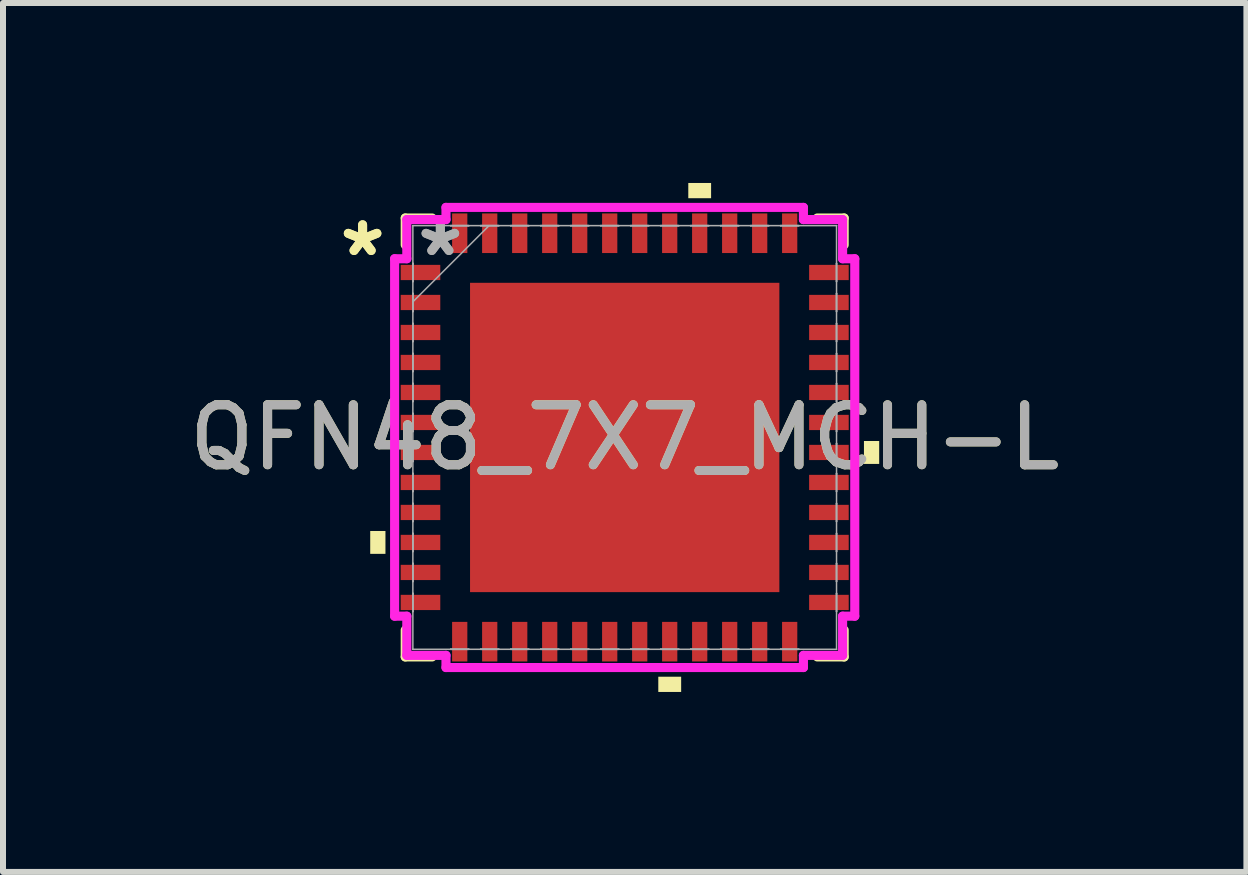
<source format=kicad_pcb>
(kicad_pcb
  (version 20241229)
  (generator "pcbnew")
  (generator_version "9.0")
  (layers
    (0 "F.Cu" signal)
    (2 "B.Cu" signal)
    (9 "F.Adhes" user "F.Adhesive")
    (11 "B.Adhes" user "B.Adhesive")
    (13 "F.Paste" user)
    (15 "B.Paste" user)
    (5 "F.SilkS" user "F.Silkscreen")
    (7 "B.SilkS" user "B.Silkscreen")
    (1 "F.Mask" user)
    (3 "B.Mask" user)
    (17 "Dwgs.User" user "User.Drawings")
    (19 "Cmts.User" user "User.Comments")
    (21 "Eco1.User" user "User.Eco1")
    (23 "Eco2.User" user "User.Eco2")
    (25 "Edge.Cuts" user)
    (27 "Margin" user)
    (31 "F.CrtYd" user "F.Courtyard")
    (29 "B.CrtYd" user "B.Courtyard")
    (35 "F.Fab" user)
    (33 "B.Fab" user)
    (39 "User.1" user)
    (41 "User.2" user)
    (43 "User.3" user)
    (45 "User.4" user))
  (footprint "QFN48_7X7_MCH-L"
    (layer "F.Cu")
    (at 7.363 4.242)
    (property "Reference" "QFN48_7X7_MCH-L" (at 0 0 0) (unlocked yes) (layer "F.SilkS") (effects (font (size 1 1) (thickness 0.15))))
    (attr smd)
    (fp_line (start -3.658 -3.658) (end -3.658 -3.21) (stroke (width 0.152) (type solid)) (layer "F.SilkS"))
    (fp_line (start -3.658 3.21) (end -3.658 3.658) (stroke (width 0.152) (type solid)) (layer "F.SilkS"))
    (fp_line (start -3.658 3.658) (end -3.21 3.658) (stroke (width 0.152) (type solid)) (layer "F.SilkS"))
    (fp_line (start -3.21 -3.658) (end -3.658 -3.658) (stroke (width 0.152) (type solid)) (layer "F.SilkS"))
    (fp_line (start 3.21 3.658) (end 3.658 3.658) (stroke (width 0.152) (type solid)) (layer "F.SilkS"))
    (fp_line (start 3.658 -3.658) (end 3.21 -3.658) (stroke (width 0.152) (type solid)) (layer "F.SilkS"))
    (fp_line (start 3.658 -3.21) (end 3.658 -3.658) (stroke (width 0.152) (type solid)) (layer "F.SilkS"))
    (fp_line (start 3.658 3.658) (end 3.658 3.21) (stroke (width 0.152) (type solid)) (layer "F.SilkS"))
    (fp_poly (pts (xy -4.242 1.559) (xy -4.242 1.94) (xy -3.988 1.94) (xy -3.988 1.559)) (stroke (width 0) (type solid)) (fill yes) (layer "F.SilkS"))
    (fp_poly (pts (xy 0.56 3.988) (xy 0.56 4.242) (xy 0.941 4.242) (xy 0.941 3.988)) (stroke (width 0) (type solid)) (fill yes) (layer "F.SilkS"))
    (fp_poly (pts (xy 1.06 -3.988) (xy 1.06 -4.242) (xy 1.44 -4.242) (xy 1.44 -3.988)) (stroke (width 0) (type solid)) (fill yes) (layer "F.SilkS"))
    (fp_poly (pts (xy 4.242 0.059) (xy 4.242 0.441) (xy 3.988 0.441) (xy 3.988 0.059)) (stroke (width 0) (type solid)) (fill yes) (layer "F.SilkS"))
    (fp_poly (pts (xy -2.478 -2.478) (xy -2.478 -1.389) (xy -1.389 -1.389) (xy -1.389 -2.478)) (stroke (width 0) (type solid)) (fill yes) (layer "F.Paste"))
    (fp_poly (pts (xy -2.478 -1.189) (xy -2.478 -0.1) (xy -1.389 -0.1) (xy -1.389 -1.189)) (stroke (width 0) (type solid)) (fill yes) (layer "F.Paste"))
    (fp_poly (pts (xy -2.478 0.1) (xy -2.478 1.189) (xy -1.389 1.189) (xy -1.389 0.1)) (stroke (width 0) (type solid)) (fill yes) (layer "F.Paste"))
    (fp_poly (pts (xy -2.478 1.389) (xy -2.478 2.478) (xy -1.389 2.478) (xy -1.389 1.389)) (stroke (width 0) (type solid)) (fill yes) (layer "F.Paste"))
    (fp_poly (pts (xy -1.189 -2.478) (xy -1.189 -1.389) (xy -0.1 -1.389) (xy -0.1 -2.478)) (stroke (width 0) (type solid)) (fill yes) (layer "F.Paste"))
    (fp_poly (pts (xy -1.189 -1.189) (xy -1.189 -0.1) (xy -0.1 -0.1) (xy -0.1 -1.189)) (stroke (width 0) (type solid)) (fill yes) (layer "F.Paste"))
    (fp_poly (pts (xy -1.189 0.1) (xy -1.189 1.189) (xy -0.1 1.189) (xy -0.1 0.1)) (stroke (width 0) (type solid)) (fill yes) (layer "F.Paste"))
    (fp_poly (pts (xy -1.189 1.389) (xy -1.189 2.478) (xy -0.1 2.478) (xy -0.1 1.389)) (stroke (width 0) (type solid)) (fill yes) (layer "F.Paste"))
    (fp_poly (pts (xy 0.1 -2.478) (xy 0.1 -1.389) (xy 1.189 -1.389) (xy 1.189 -2.478)) (stroke (width 0) (type solid)) (fill yes) (layer "F.Paste"))
    (fp_poly (pts (xy 0.1 -1.189) (xy 0.1 -0.1) (xy 1.189 -0.1) (xy 1.189 -1.189)) (stroke (width 0) (type solid)) (fill yes) (layer "F.Paste"))
    (fp_poly (pts (xy 0.1 0.1) (xy 0.1 1.189) (xy 1.189 1.189) (xy 1.189 0.1)) (stroke (width 0) (type solid)) (fill yes) (layer "F.Paste"))
    (fp_poly (pts (xy 0.1 1.389) (xy 0.1 2.478) (xy 1.189 2.478) (xy 1.189 1.389)) (stroke (width 0) (type solid)) (fill yes) (layer "F.Paste"))
    (fp_poly (pts (xy 1.389 -2.478) (xy 1.389 -1.389) (xy 2.478 -1.389) (xy 2.478 -2.478)) (stroke (width 0) (type solid)) (fill yes) (layer "F.Paste"))
    (fp_poly (pts (xy 1.389 -1.189) (xy 1.389 -0.1) (xy 2.478 -0.1) (xy 2.478 -1.189)) (stroke (width 0) (type solid)) (fill yes) (layer "F.Paste"))
    (fp_poly (pts (xy 1.389 0.1) (xy 1.389 1.189) (xy 2.478 1.189) (xy 2.478 0.1)) (stroke (width 0) (type solid)) (fill yes) (layer "F.Paste"))
    (fp_poly (pts (xy 1.389 1.389) (xy 1.389 2.478) (xy 2.478 2.478) (xy 2.478 1.389)) (stroke (width 0) (type solid)) (fill yes) (layer "F.Paste"))
    (fp_line (start -3.835 -2.979) (end -3.632 -2.979) (stroke (width 0.152) (type solid)) (layer "F.CrtYd"))
    (fp_line (start -3.835 2.979) (end -3.835 -2.979) (stroke (width 0.152) (type solid)) (layer "F.CrtYd"))
    (fp_line (start -3.632 -3.632) (end -2.979 -3.632) (stroke (width 0.152) (type solid)) (layer "F.CrtYd"))
    (fp_line (start -3.632 -2.979) (end -3.632 -3.632) (stroke (width 0.152) (type solid)) (layer "F.CrtYd"))
    (fp_line (start -3.632 2.979) (end -3.835 2.979) (stroke (width 0.152) (type solid)) (layer "F.CrtYd"))
    (fp_line (start -3.632 3.632) (end -3.632 2.979) (stroke (width 0.152) (type solid)) (layer "F.CrtYd"))
    (fp_line (start -2.979 -3.835) (end 2.979 -3.835) (stroke (width 0.152) (type solid)) (layer "F.CrtYd"))
    (fp_line (start -2.979 -3.632) (end -2.979 -3.835) (stroke (width 0.152) (type solid)) (layer "F.CrtYd"))
    (fp_line (start -2.979 3.632) (end -3.632 3.632) (stroke (width 0.152) (type solid)) (layer "F.CrtYd"))
    (fp_line (start -2.979 3.835) (end -2.979 3.632) (stroke (width 0.152) (type solid)) (layer "F.CrtYd"))
    (fp_line (start 2.979 -3.835) (end 2.979 -3.632) (stroke (width 0.152) (type solid)) (layer "F.CrtYd"))
    (fp_line (start 2.979 -3.632) (end 3.632 -3.632) (stroke (width 0.152) (type solid)) (layer "F.CrtYd"))
    (fp_line (start 2.979 3.632) (end 2.979 3.835) (stroke (width 0.152) (type solid)) (layer "F.CrtYd"))
    (fp_line (start 2.979 3.835) (end -2.979 3.835) (stroke (width 0.152) (type solid)) (layer "F.CrtYd"))
    (fp_line (start 3.632 -3.632) (end 3.632 -2.979) (stroke (width 0.152) (type solid)) (layer "F.CrtYd"))
    (fp_line (start 3.632 -2.979) (end 3.835 -2.979) (stroke (width 0.152) (type solid)) (layer "F.CrtYd"))
    (fp_line (start 3.632 2.979) (end 3.632 3.632) (stroke (width 0.152) (type solid)) (layer "F.CrtYd"))
    (fp_line (start 3.632 3.632) (end 2.979 3.632) (stroke (width 0.152) (type solid)) (layer "F.CrtYd"))
    (fp_line (start 3.835 -2.979) (end 3.835 2.979) (stroke (width 0.152) (type solid)) (layer "F.CrtYd"))
    (fp_line (start 3.835 2.979) (end 3.632 2.979) (stroke (width 0.152) (type solid)) (layer "F.CrtYd"))
    (fp_line (start -3.531 -3.531) (end -3.531 -3.531) (stroke (width 0.025) (type solid)) (layer "F.Fab"))
    (fp_line (start -3.531 -3.531) (end -3.531 3.531) (stroke (width 0.025) (type solid)) (layer "F.Fab"))
    (fp_line (start -3.531 -2.902) (end -3.531 -2.902) (stroke (width 0.025) (type solid)) (layer "F.Fab"))
    (fp_line (start -3.531 -2.902) (end -3.531 -2.598) (stroke (width 0.025) (type solid)) (layer "F.Fab"))
    (fp_line (start -3.531 -2.598) (end -3.531 -2.902) (stroke (width 0.025) (type solid)) (layer "F.Fab"))
    (fp_line (start -3.531 -2.598) (end -3.531 -2.598) (stroke (width 0.025) (type solid)) (layer "F.Fab"))
    (fp_line (start -3.531 -2.402) (end -3.531 -2.402) (stroke (width 0.025) (type solid)) (layer "F.Fab"))
    (fp_line (start -3.531 -2.402) (end -3.531 -2.098) (stroke (width 0.025) (type solid)) (layer "F.Fab"))
    (fp_line (start -3.531 -2.261) (end -2.261 -3.531) (stroke (width 0.025) (type solid)) (layer "F.Fab"))
    (fp_line (start -3.531 -2.098) (end -3.531 -2.402) (stroke (width 0.025) (type solid)) (layer "F.Fab"))
    (fp_line (start -3.531 -2.098) (end -3.531 -2.098) (stroke (width 0.025) (type solid)) (layer "F.Fab"))
    (fp_line (start -3.531 -1.902) (end -3.531 -1.902) (stroke (width 0.025) (type solid)) (layer "F.Fab"))
    (fp_line (start -3.531 -1.902) (end -3.531 -1.598) (stroke (width 0.025) (type solid)) (layer "F.Fab"))
    (fp_line (start -3.531 -1.598) (end -3.531 -1.902) (stroke (width 0.025) (type solid)) (layer "F.Fab"))
    (fp_line (start -3.531 -1.598) (end -3.531 -1.598) (stroke (width 0.025) (type solid)) (layer "F.Fab"))
    (fp_line (start -3.531 -1.402) (end -3.531 -1.402) (stroke (width 0.025) (type solid)) (layer "F.Fab"))
    (fp_line (start -3.531 -1.402) (end -3.531 -1.098) (stroke (width 0.025) (type solid)) (layer "F.Fab"))
    (fp_line (start -3.531 -1.098) (end -3.531 -1.402) (stroke (width 0.025) (type solid)) (layer "F.Fab"))
    (fp_line (start -3.531 -1.098) (end -3.531 -1.098) (stroke (width 0.025) (type solid)) (layer "F.Fab"))
    (fp_line (start -3.531 -0.902) (end -3.531 -0.902) (stroke (width 0.025) (type solid)) (layer "F.Fab"))
    (fp_line (start -3.531 -0.902) (end -3.531 -0.598) (stroke (width 0.025) (type solid)) (layer "F.Fab"))
    (fp_line (start -3.531 -0.598) (end -3.531 -0.902) (stroke (width 0.025) (type solid)) (layer "F.Fab"))
    (fp_line (start -3.531 -0.598) (end -3.531 -0.598) (stroke (width 0.025) (type solid)) (layer "F.Fab"))
    (fp_line (start -3.531 -0.402) (end -3.531 -0.402) (stroke (width 0.025) (type solid)) (layer "F.Fab"))
    (fp_line (start -3.531 -0.402) (end -3.531 -0.098) (stroke (width 0.025) (type solid)) (layer "F.Fab"))
    (fp_line (start -3.531 -0.098) (end -3.531 -0.402) (stroke (width 0.025) (type solid)) (layer "F.Fab"))
    (fp_line (start -3.531 -0.098) (end -3.531 -0.098) (stroke (width 0.025) (type solid)) (layer "F.Fab"))
    (fp_line (start -3.531 0.098) (end -3.531 0.098) (stroke (width 0.025) (type solid)) (layer "F.Fab"))
    (fp_line (start -3.531 0.098) (end -3.531 0.402) (stroke (width 0.025) (type solid)) (layer "F.Fab"))
    (fp_line (start -3.531 0.402) (end -3.531 0.098) (stroke (width 0.025) (type solid)) (layer "F.Fab"))
    (fp_line (start -3.531 0.402) (end -3.531 0.402) (stroke (width 0.025) (type solid)) (layer "F.Fab"))
    (fp_line (start -3.531 0.598) (end -3.531 0.598) (stroke (width 0.025) (type solid)) (layer "F.Fab"))
    (fp_line (start -3.531 0.598) (end -3.531 0.902) (stroke (width 0.025) (type solid)) (layer "F.Fab"))
    (fp_line (start -3.531 0.902) (end -3.531 0.598) (stroke (width 0.025) (type solid)) (layer "F.Fab"))
    (fp_line (start -3.531 0.902) (end -3.531 0.902) (stroke (width 0.025) (type solid)) (layer "F.Fab"))
    (fp_line (start -3.531 1.098) (end -3.531 1.098) (stroke (width 0.025) (type solid)) (layer "F.Fab"))
    (fp_line (start -3.531 1.098) (end -3.531 1.402) (stroke (width 0.025) (type solid)) (layer "F.Fab"))
    (fp_line (start -3.531 1.402) (end -3.531 1.098) (stroke (width 0.025) (type solid)) (layer "F.Fab"))
    (fp_line (start -3.531 1.402) (end -3.531 1.402) (stroke (width 0.025) (type solid)) (layer "F.Fab"))
    (fp_line (start -3.531 1.598) (end -3.531 1.598) (stroke (width 0.025) (type solid)) (layer "F.Fab"))
    (fp_line (start -3.531 1.598) (end -3.531 1.902) (stroke (width 0.025) (type solid)) (layer "F.Fab"))
    (fp_line (start -3.531 1.902) (end -3.531 1.598) (stroke (width 0.025) (type solid)) (layer "F.Fab"))
    (fp_line (start -3.531 1.902) (end -3.531 1.902) (stroke (width 0.025) (type solid)) (layer "F.Fab"))
    (fp_line (start -3.531 2.098) (end -3.531 2.098) (stroke (width 0.025) (type solid)) (layer "F.Fab"))
    (fp_line (start -3.531 2.098) (end -3.531 2.402) (stroke (width 0.025) (type solid)) (layer "F.Fab"))
    (fp_line (start -3.531 2.402) (end -3.531 2.098) (stroke (width 0.025) (type solid)) (layer "F.Fab"))
    (fp_line (start -3.531 2.402) (end -3.531 2.402) (stroke (width 0.025) (type solid)) (layer "F.Fab"))
    (fp_line (start -3.531 2.598) (end -3.531 2.598) (stroke (width 0.025) (type solid)) (layer "F.Fab"))
    (fp_line (start -3.531 2.598) (end -3.531 2.902) (stroke (width 0.025) (type solid)) (layer "F.Fab"))
    (fp_line (start -3.531 2.902) (end -3.531 2.598) (stroke (width 0.025) (type solid)) (layer "F.Fab"))
    (fp_line (start -3.531 2.902) (end -3.531 2.902) (stroke (width 0.025) (type solid)) (layer "F.Fab"))
    (fp_line (start -3.531 3.531) (end -3.531 3.531) (stroke (width 0.025) (type solid)) (layer "F.Fab"))
    (fp_line (start -3.531 3.531) (end 3.531 3.531) (stroke (width 0.025) (type solid)) (layer "F.Fab"))
    (fp_line (start -2.902 -3.531) (end -2.902 -3.531) (stroke (width 0.025) (type solid)) (layer "F.Fab"))
    (fp_line (start -2.902 -3.531) (end -2.598 -3.531) (stroke (width 0.025) (type solid)) (layer "F.Fab"))
    (fp_line (start -2.902 3.531) (end -2.902 3.531) (stroke (width 0.025) (type solid)) (layer "F.Fab"))
    (fp_line (start -2.902 3.531) (end -2.598 3.531) (stroke (width 0.025) (type solid)) (layer "F.Fab"))
    (fp_line (start -2.598 -3.531) (end -2.902 -3.531) (stroke (width 0.025) (type solid)) (layer "F.Fab"))
    (fp_line (start -2.598 -3.531) (end -2.598 -3.531) (stroke (width 0.025) (type solid)) (layer "F.Fab"))
    (fp_line (start -2.598 3.531) (end -2.902 3.531) (stroke (width 0.025) (type solid)) (layer "F.Fab"))
    (fp_line (start -2.598 3.531) (end -2.598 3.531) (stroke (width 0.025) (type solid)) (layer "F.Fab"))
    (fp_line (start -2.402 -3.531) (end -2.402 -3.531) (stroke (width 0.025) (type solid)) (layer "F.Fab"))
    (fp_line (start -2.402 -3.531) (end -2.098 -3.531) (stroke (width 0.025) (type solid)) (layer "F.Fab"))
    (fp_line (start -2.402 3.531) (end -2.402 3.531) (stroke (width 0.025) (type solid)) (layer "F.Fab"))
    (fp_line (start -2.402 3.531) (end -2.098 3.531) (stroke (width 0.025) (type solid)) (layer "F.Fab"))
    (fp_line (start -2.098 -3.531) (end -2.402 -3.531) (stroke (width 0.025) (type solid)) (layer "F.Fab"))
    (fp_line (start -2.098 -3.531) (end -2.098 -3.531) (stroke (width 0.025) (type solid)) (layer "F.Fab"))
    (fp_line (start -2.098 3.531) (end -2.402 3.531) (stroke (width 0.025) (type solid)) (layer "F.Fab"))
    (fp_line (start -2.098 3.531) (end -2.098 3.531) (stroke (width 0.025) (type solid)) (layer "F.Fab"))
    (fp_line (start -1.902 -3.531) (end -1.902 -3.531) (stroke (width 0.025) (type solid)) (layer "F.Fab"))
    (fp_line (start -1.902 -3.531) (end -1.598 -3.531) (stroke (width 0.025) (type solid)) (layer "F.Fab"))
    (fp_line (start -1.902 3.531) (end -1.902 3.531) (stroke (width 0.025) (type solid)) (layer "F.Fab"))
    (fp_line (start -1.902 3.531) (end -1.598 3.531) (stroke (width 0.025) (type solid)) (layer "F.Fab"))
    (fp_line (start -1.598 -3.531) (end -1.902 -3.531) (stroke (width 0.025) (type solid)) (layer "F.Fab"))
    (fp_line (start -1.598 -3.531) (end -1.598 -3.531) (stroke (width 0.025) (type solid)) (layer "F.Fab"))
    (fp_line (start -1.598 3.531) (end -1.902 3.531) (stroke (width 0.025) (type solid)) (layer "F.Fab"))
    (fp_line (start -1.598 3.531) (end -1.598 3.531) (stroke (width 0.025) (type solid)) (layer "F.Fab"))
    (fp_line (start -1.402 -3.531) (end -1.402 -3.531) (stroke (width 0.025) (type solid)) (layer "F.Fab"))
    (fp_line (start -1.402 -3.531) (end -1.098 -3.531) (stroke (width 0.025) (type solid)) (layer "F.Fab"))
    (fp_line (start -1.402 3.531) (end -1.402 3.531) (stroke (width 0.025) (type solid)) (layer "F.Fab"))
    (fp_line (start -1.402 3.531) (end -1.098 3.531) (stroke (width 0.025) (type solid)) (layer "F.Fab"))
    (fp_line (start -1.098 -3.531) (end -1.402 -3.531) (stroke (width 0.025) (type solid)) (layer "F.Fab"))
    (fp_line (start -1.098 -3.531) (end -1.098 -3.531) (stroke (width 0.025) (type solid)) (layer "F.Fab"))
    (fp_line (start -1.098 3.531) (end -1.402 3.531) (stroke (width 0.025) (type solid)) (layer "F.Fab"))
    (fp_line (start -1.098 3.531) (end -1.098 3.531) (stroke (width 0.025) (type solid)) (layer "F.Fab"))
    (fp_line (start -0.902 -3.531) (end -0.902 -3.531) (stroke (width 0.025) (type solid)) (layer "F.Fab"))
    (fp_line (start -0.902 -3.531) (end -0.598 -3.531) (stroke (width 0.025) (type solid)) (layer "F.Fab"))
    (fp_line (start -0.902 3.531) (end -0.902 3.531) (stroke (width 0.025) (type solid)) (layer "F.Fab"))
    (fp_line (start -0.902 3.531) (end -0.598 3.531) (stroke (width 0.025) (type solid)) (layer "F.Fab"))
    (fp_line (start -0.598 -3.531) (end -0.902 -3.531) (stroke (width 0.025) (type solid)) (layer "F.Fab"))
    (fp_line (start -0.598 -3.531) (end -0.598 -3.531) (stroke (width 0.025) (type solid)) (layer "F.Fab"))
    (fp_line (start -0.598 3.531) (end -0.902 3.531) (stroke (width 0.025) (type solid)) (layer "F.Fab"))
    (fp_line (start -0.598 3.531) (end -0.598 3.531) (stroke (width 0.025) (type solid)) (layer "F.Fab"))
    (fp_line (start -0.402 -3.531) (end -0.402 -3.531) (stroke (width 0.025) (type solid)) (layer "F.Fab"))
    (fp_line (start -0.402 -3.531) (end -0.098 -3.531) (stroke (width 0.025) (type solid)) (layer "F.Fab"))
    (fp_line (start -0.402 3.531) (end -0.402 3.531) (stroke (width 0.025) (type solid)) (layer "F.Fab"))
    (fp_line (start -0.402 3.531) (end -0.098 3.531) (stroke (width 0.025) (type solid)) (layer "F.Fab"))
    (fp_line (start -0.098 -3.531) (end -0.402 -3.531) (stroke (width 0.025) (type solid)) (layer "F.Fab"))
    (fp_line (start -0.098 -3.531) (end -0.098 -3.531) (stroke (width 0.025) (type solid)) (layer "F.Fab"))
    (fp_line (start -0.098 3.531) (end -0.402 3.531) (stroke (width 0.025) (type solid)) (layer "F.Fab"))
    (fp_line (start -0.098 3.531) (end -0.098 3.531) (stroke (width 0.025) (type solid)) (layer "F.Fab"))
    (fp_line (start 0.098 -3.531) (end 0.098 -3.531) (stroke (width 0.025) (type solid)) (layer "F.Fab"))
    (fp_line (start 0.098 -3.531) (end 0.402 -3.531) (stroke (width 0.025) (type solid)) (layer "F.Fab"))
    (fp_line (start 0.098 3.531) (end 0.098 3.531) (stroke (width 0.025) (type solid)) (layer "F.Fab"))
    (fp_line (start 0.098 3.531) (end 0.402 3.531) (stroke (width 0.025) (type solid)) (layer "F.Fab"))
    (fp_line (start 0.402 -3.531) (end 0.098 -3.531) (stroke (width 0.025) (type solid)) (layer "F.Fab"))
    (fp_line (start 0.402 -3.531) (end 0.402 -3.531) (stroke (width 0.025) (type solid)) (layer "F.Fab"))
    (fp_line (start 0.402 3.531) (end 0.098 3.531) (stroke (width 0.025) (type solid)) (layer "F.Fab"))
    (fp_line (start 0.402 3.531) (end 0.402 3.531) (stroke (width 0.025) (type solid)) (layer "F.Fab"))
    (fp_line (start 0.598 -3.531) (end 0.598 -3.531) (stroke (width 0.025) (type solid)) (layer "F.Fab"))
    (fp_line (start 0.598 -3.531) (end 0.902 -3.531) (stroke (width 0.025) (type solid)) (layer "F.Fab"))
    (fp_line (start 0.598 3.531) (end 0.598 3.531) (stroke (width 0.025) (type solid)) (layer "F.Fab"))
    (fp_line (start 0.598 3.531) (end 0.902 3.531) (stroke (width 0.025) (type solid)) (layer "F.Fab"))
    (fp_line (start 0.902 -3.531) (end 0.598 -3.531) (stroke (width 0.025) (type solid)) (layer "F.Fab"))
    (fp_line (start 0.902 -3.531) (end 0.902 -3.531) (stroke (width 0.025) (type solid)) (layer "F.Fab"))
    (fp_line (start 0.902 3.531) (end 0.598 3.531) (stroke (width 0.025) (type solid)) (layer "F.Fab"))
    (fp_line (start 0.902 3.531) (end 0.902 3.531) (stroke (width 0.025) (type solid)) (layer "F.Fab"))
    (fp_line (start 1.098 -3.531) (end 1.098 -3.531) (stroke (width 0.025) (type solid)) (layer "F.Fab"))
    (fp_line (start 1.098 -3.531) (end 1.402 -3.531) (stroke (width 0.025) (type solid)) (layer "F.Fab"))
    (fp_line (start 1.098 3.531) (end 1.098 3.531) (stroke (width 0.025) (type solid)) (layer "F.Fab"))
    (fp_line (start 1.098 3.531) (end 1.402 3.531) (stroke (width 0.025) (type solid)) (layer "F.Fab"))
    (fp_line (start 1.402 -3.531) (end 1.098 -3.531) (stroke (width 0.025) (type solid)) (layer "F.Fab"))
    (fp_line (start 1.402 -3.531) (end 1.402 -3.531) (stroke (width 0.025) (type solid)) (layer "F.Fab"))
    (fp_line (start 1.402 3.531) (end 1.098 3.531) (stroke (width 0.025) (type solid)) (layer "F.Fab"))
    (fp_line (start 1.402 3.531) (end 1.402 3.531) (stroke (width 0.025) (type solid)) (layer "F.Fab"))
    (fp_line (start 1.598 -3.531) (end 1.598 -3.531) (stroke (width 0.025) (type solid)) (layer "F.Fab"))
    (fp_line (start 1.598 -3.531) (end 1.902 -3.531) (stroke (width 0.025) (type solid)) (layer "F.Fab"))
    (fp_line (start 1.598 3.531) (end 1.598 3.531) (stroke (width 0.025) (type solid)) (layer "F.Fab"))
    (fp_line (start 1.598 3.531) (end 1.902 3.531) (stroke (width 0.025) (type solid)) (layer "F.Fab"))
    (fp_line (start 1.902 -3.531) (end 1.598 -3.531) (stroke (width 0.025) (type solid)) (layer "F.Fab"))
    (fp_line (start 1.902 -3.531) (end 1.902 -3.531) (stroke (width 0.025) (type solid)) (layer "F.Fab"))
    (fp_line (start 1.902 3.531) (end 1.598 3.531) (stroke (width 0.025) (type solid)) (layer "F.Fab"))
    (fp_line (start 1.902 3.531) (end 1.902 3.531) (stroke (width 0.025) (type solid)) (layer "F.Fab"))
    (fp_line (start 2.098 -3.531) (end 2.098 -3.531) (stroke (width 0.025) (type solid)) (layer "F.Fab"))
    (fp_line (start 2.098 -3.531) (end 2.402 -3.531) (stroke (width 0.025) (type solid)) (layer "F.Fab"))
    (fp_line (start 2.098 3.531) (end 2.098 3.531) (stroke (width 0.025) (type solid)) (layer "F.Fab"))
    (fp_line (start 2.098 3.531) (end 2.402 3.531) (stroke (width 0.025) (type solid)) (layer "F.Fab"))
    (fp_line (start 2.402 -3.531) (end 2.098 -3.531) (stroke (width 0.025) (type solid)) (layer "F.Fab"))
    (fp_line (start 2.402 -3.531) (end 2.402 -3.531) (stroke (width 0.025) (type solid)) (layer "F.Fab"))
    (fp_line (start 2.402 3.531) (end 2.098 3.531) (stroke (width 0.025) (type solid)) (layer "F.Fab"))
    (fp_line (start 2.402 3.531) (end 2.402 3.531) (stroke (width 0.025) (type solid)) (layer "F.Fab"))
    (fp_line (start 2.598 -3.531) (end 2.598 -3.531) (stroke (width 0.025) (type solid)) (layer "F.Fab"))
    (fp_line (start 2.598 -3.531) (end 2.902 -3.531) (stroke (width 0.025) (type solid)) (layer "F.Fab"))
    (fp_line (start 2.598 3.531) (end 2.598 3.531) (stroke (width 0.025) (type solid)) (layer "F.Fab"))
    (fp_line (start 2.598 3.531) (end 2.902 3.531) (stroke (width 0.025) (type solid)) (layer "F.Fab"))
    (fp_line (start 2.902 -3.531) (end 2.598 -3.531) (stroke (width 0.025) (type solid)) (layer "F.Fab"))
    (fp_line (start 2.902 -3.531) (end 2.902 -3.531) (stroke (width 0.025) (type solid)) (layer "F.Fab"))
    (fp_line (start 2.902 3.531) (end 2.598 3.531) (stroke (width 0.025) (type solid)) (layer "F.Fab"))
    (fp_line (start 2.902 3.531) (end 2.902 3.531) (stroke (width 0.025) (type solid)) (layer "F.Fab"))
    (fp_line (start 3.531 -3.531) (end -3.531 -3.531) (stroke (width 0.025) (type solid)) (layer "F.Fab"))
    (fp_line (start 3.531 -3.531) (end 3.531 -3.531) (stroke (width 0.025) (type solid)) (layer "F.Fab"))
    (fp_line (start 3.531 -2.902) (end 3.531 -2.902) (stroke (width 0.025) (type solid)) (layer "F.Fab"))
    (fp_line (start 3.531 -2.902) (end 3.531 -2.598) (stroke (width 0.025) (type solid)) (layer "F.Fab"))
    (fp_line (start 3.531 -2.598) (end 3.531 -2.902) (stroke (width 0.025) (type solid)) (layer "F.Fab"))
    (fp_line (start 3.531 -2.598) (end 3.531 -2.598) (stroke (width 0.025) (type solid)) (layer "F.Fab"))
    (fp_line (start 3.531 -2.402) (end 3.531 -2.402) (stroke (width 0.025) (type solid)) (layer "F.Fab"))
    (fp_line (start 3.531 -2.402) (end 3.531 -2.098) (stroke (width 0.025) (type solid)) (layer "F.Fab"))
    (fp_line (start 3.531 -2.098) (end 3.531 -2.402) (stroke (width 0.025) (type solid)) (layer "F.Fab"))
    (fp_line (start 3.531 -2.098) (end 3.531 -2.098) (stroke (width 0.025) (type solid)) (layer "F.Fab"))
    (fp_line (start 3.531 -1.902) (end 3.531 -1.902) (stroke (width 0.025) (type solid)) (layer "F.Fab"))
    (fp_line (start 3.531 -1.902) (end 3.531 -1.598) (stroke (width 0.025) (type solid)) (layer "F.Fab"))
    (fp_line (start 3.531 -1.598) (end 3.531 -1.902) (stroke (width 0.025) (type solid)) (layer "F.Fab"))
    (fp_line (start 3.531 -1.598) (end 3.531 -1.598) (stroke (width 0.025) (type solid)) (layer "F.Fab"))
    (fp_line (start 3.531 -1.402) (end 3.531 -1.402) (stroke (width 0.025) (type solid)) (layer "F.Fab"))
    (fp_line (start 3.531 -1.402) (end 3.531 -1.098) (stroke (width 0.025) (type solid)) (layer "F.Fab"))
    (fp_line (start 3.531 -1.098) (end 3.531 -1.402) (stroke (width 0.025) (type solid)) (layer "F.Fab"))
    (fp_line (start 3.531 -1.098) (end 3.531 -1.098) (stroke (width 0.025) (type solid)) (layer "F.Fab"))
    (fp_line (start 3.531 -0.902) (end 3.531 -0.902) (stroke (width 0.025) (type solid)) (layer "F.Fab"))
    (fp_line (start 3.531 -0.902) (end 3.531 -0.598) (stroke (width 0.025) (type solid)) (layer "F.Fab"))
    (fp_line (start 3.531 -0.598) (end 3.531 -0.902) (stroke (width 0.025) (type solid)) (layer "F.Fab"))
    (fp_line (start 3.531 -0.598) (end 3.531 -0.598) (stroke (width 0.025) (type solid)) (layer "F.Fab"))
    (fp_line (start 3.531 -0.402) (end 3.531 -0.402) (stroke (width 0.025) (type solid)) (layer "F.Fab"))
    (fp_line (start 3.531 -0.402) (end 3.531 -0.098) (stroke (width 0.025) (type solid)) (layer "F.Fab"))
    (fp_line (start 3.531 -0.098) (end 3.531 -0.402) (stroke (width 0.025) (type solid)) (layer "F.Fab"))
    (fp_line (start 3.531 -0.098) (end 3.531 -0.098) (stroke (width 0.025) (type solid)) (layer "F.Fab"))
    (fp_line (start 3.531 0.098) (end 3.531 0.098) (stroke (width 0.025) (type solid)) (layer "F.Fab"))
    (fp_line (start 3.531 0.098) (end 3.531 0.402) (stroke (width 0.025) (type solid)) (layer "F.Fab"))
    (fp_line (start 3.531 0.402) (end 3.531 0.098) (stroke (width 0.025) (type solid)) (layer "F.Fab"))
    (fp_line (start 3.531 0.402) (end 3.531 0.402) (stroke (width 0.025) (type solid)) (layer "F.Fab"))
    (fp_line (start 3.531 0.598) (end 3.531 0.598) (stroke (width 0.025) (type solid)) (layer "F.Fab"))
    (fp_line (start 3.531 0.598) (end 3.531 0.902) (stroke (width 0.025) (type solid)) (layer "F.Fab"))
    (fp_line (start 3.531 0.902) (end 3.531 0.598) (stroke (width 0.025) (type solid)) (layer "F.Fab"))
    (fp_line (start 3.531 0.902) (end 3.531 0.902) (stroke (width 0.025) (type solid)) (layer "F.Fab"))
    (fp_line (start 3.531 1.098) (end 3.531 1.098) (stroke (width 0.025) (type solid)) (layer "F.Fab"))
    (fp_line (start 3.531 1.098) (end 3.531 1.402) (stroke (width 0.025) (type solid)) (layer "F.Fab"))
    (fp_line (start 3.531 1.402) (end 3.531 1.098) (stroke (width 0.025) (type solid)) (layer "F.Fab"))
    (fp_line (start 3.531 1.402) (end 3.531 1.402) (stroke (width 0.025) (type solid)) (layer "F.Fab"))
    (fp_line (start 3.531 1.598) (end 3.531 1.598) (stroke (width 0.025) (type solid)) (layer "F.Fab"))
    (fp_line (start 3.531 1.598) (end 3.531 1.902) (stroke (width 0.025) (type solid)) (layer "F.Fab"))
    (fp_line (start 3.531 1.902) (end 3.531 1.598) (stroke (width 0.025) (type solid)) (layer "F.Fab"))
    (fp_line (start 3.531 1.902) (end 3.531 1.902) (stroke (width 0.025) (type solid)) (layer "F.Fab"))
    (fp_line (start 3.531 2.098) (end 3.531 2.098) (stroke (width 0.025) (type solid)) (layer "F.Fab"))
    (fp_line (start 3.531 2.098) (end 3.531 2.402) (stroke (width 0.025) (type solid)) (layer "F.Fab"))
    (fp_line (start 3.531 2.402) (end 3.531 2.098) (stroke (width 0.025) (type solid)) (layer "F.Fab"))
    (fp_line (start 3.531 2.402) (end 3.531 2.402) (stroke (width 0.025) (type solid)) (layer "F.Fab"))
    (fp_line (start 3.531 2.598) (end 3.531 2.598) (stroke (width 0.025) (type solid)) (layer "F.Fab"))
    (fp_line (start 3.531 2.598) (end 3.531 2.902) (stroke (width 0.025) (type solid)) (layer "F.Fab"))
    (fp_line (start 3.531 2.902) (end 3.531 2.598) (stroke (width 0.025) (type solid)) (layer "F.Fab"))
    (fp_line (start 3.531 2.902) (end 3.531 2.902) (stroke (width 0.025) (type solid)) (layer "F.Fab"))
    (fp_line (start 3.531 3.531) (end 3.531 -3.531) (stroke (width 0.025) (type solid)) (layer "F.Fab"))
    (fp_line (start 3.531 3.531) (end 3.531 3.531) (stroke (width 0.025) (type solid)) (layer "F.Fab"))
    (fp_text user "*" (at -4.369 -3 0) (layer "F.SilkS") (effects (font (size 1 1) (thickness 0.15))))
    (fp_text user "*" (at -4.369 -3 0) (unlocked yes) (layer "F.SilkS") (effects (font (size 1 1) (thickness 0.15))))
    (fp_text user "*" (at -3.073 -3 0) (layer "F.Fab") (effects (font (size 1 1) (thickness 0.15))))
    (fp_text user "*" (at -3.073 -3 0) (unlocked yes) (layer "F.Fab") (effects (font (size 1 1) (thickness 0.15))))
    (fp_text user "${REFERENCE}" (at 0 0 0) (unlocked yes) (layer "F.Fab") (effects (font (size 1 1) (thickness 0.15))))
    (pad "1" smd rect (at -3.404 -2.75 90) (size 0.254 0.66) (layers "F.Cu" "F.Mask" "F.Paste"))
    (pad "2" smd rect (at -3.404 -2.25 90) (size 0.254 0.66) (layers "F.Cu" "F.Mask" "F.Paste"))
    (pad "3" smd rect (at -3.404 -1.75 90) (size 0.254 0.66) (layers "F.Cu" "F.Mask" "F.Paste"))
    (pad "4" smd rect (at -3.404 -1.25 90) (size 0.254 0.66) (layers "F.Cu" "F.Mask" "F.Paste"))
    (pad "5" smd rect (at -3.404 -0.75 90) (size 0.254 0.66) (layers "F.Cu" "F.Mask" "F.Paste"))
    (pad "6" smd rect (at -3.404 -0.25 90) (size 0.254 0.66) (layers "F.Cu" "F.Mask" "F.Paste"))
    (pad "7" smd rect (at -3.404 0.25 90) (size 0.254 0.66) (layers "F.Cu" "F.Mask" "F.Paste"))
    (pad "8" smd rect (at -3.404 0.75 90) (size 0.254 0.66) (layers "F.Cu" "F.Mask" "F.Paste"))
    (pad "9" smd rect (at -3.404 1.25 90) (size 0.254 0.66) (layers "F.Cu" "F.Mask" "F.Paste"))
    (pad "10" smd rect (at -3.404 1.75 90) (size 0.254 0.66) (layers "F.Cu" "F.Mask" "F.Paste"))
    (pad "11" smd rect (at -3.404 2.25 90) (size 0.254 0.66) (layers "F.Cu" "F.Mask" "F.Paste"))
    (pad "12" smd rect (at -3.404 2.75 90) (size 0.254 0.66) (layers "F.Cu" "F.Mask" "F.Paste"))
    (pad "13" smd rect (at -2.75 3.404) (size 0.254 0.66) (layers "F.Cu" "F.Mask" "F.Paste"))
    (pad "14" smd rect (at -2.25 3.404) (size 0.254 0.66) (layers "F.Cu" "F.Mask" "F.Paste"))
    (pad "15" smd rect (at -1.75 3.404) (size 0.254 0.66) (layers "F.Cu" "F.Mask" "F.Paste"))
    (pad "16" smd rect (at -1.25 3.404) (size 0.254 0.66) (layers "F.Cu" "F.Mask" "F.Paste"))
    (pad "17" smd rect (at -0.75 3.404) (size 0.254 0.66) (layers "F.Cu" "F.Mask" "F.Paste"))
    (pad "18" smd rect (at -0.25 3.404) (size 0.254 0.66) (layers "F.Cu" "F.Mask" "F.Paste"))
    (pad "19" smd rect (at 0.25 3.404) (size 0.254 0.66) (layers "F.Cu" "F.Mask" "F.Paste"))
    (pad "20" smd rect (at 0.75 3.404) (size 0.254 0.66) (layers "F.Cu" "F.Mask" "F.Paste"))
    (pad "21" smd rect (at 1.25 3.404) (size 0.254 0.66) (layers "F.Cu" "F.Mask" "F.Paste"))
    (pad "22" smd rect (at 1.75 3.404) (size 0.254 0.66) (layers "F.Cu" "F.Mask" "F.Paste"))
    (pad "23" smd rect (at 2.25 3.404) (size 0.254 0.66) (layers "F.Cu" "F.Mask" "F.Paste"))
    (pad "24" smd rect (at 2.75 3.404) (size 0.254 0.66) (layers "F.Cu" "F.Mask" "F.Paste"))
    (pad "25" smd rect (at 3.404 2.75 90) (size 0.254 0.66) (layers "F.Cu" "F.Mask" "F.Paste"))
    (pad "26" smd rect (at 3.404 2.25 90) (size 0.254 0.66) (layers "F.Cu" "F.Mask" "F.Paste"))
    (pad "27" smd rect (at 3.404 1.75 90) (size 0.254 0.66) (layers "F.Cu" "F.Mask" "F.Paste"))
    (pad "28" smd rect (at 3.404 1.25 90) (size 0.254 0.66) (layers "F.Cu" "F.Mask" "F.Paste"))
    (pad "29" smd rect (at 3.404 0.75 90) (size 0.254 0.66) (layers "F.Cu" "F.Mask" "F.Paste"))
    (pad "30" smd rect (at 3.404 0.25 90) (size 0.254 0.66) (layers "F.Cu" "F.Mask" "F.Paste"))
    (pad "31" smd rect (at 3.404 -0.25 90) (size 0.254 0.66) (layers "F.Cu" "F.Mask" "F.Paste"))
    (pad "32" smd rect (at 3.404 -0.75 90) (size 0.254 0.66) (layers "F.Cu" "F.Mask" "F.Paste"))
    (pad "33" smd rect (at 3.404 -1.25 90) (size 0.254 0.66) (layers "F.Cu" "F.Mask" "F.Paste"))
    (pad "34" smd rect (at 3.404 -1.75 90) (size 0.254 0.66) (layers "F.Cu" "F.Mask" "F.Paste"))
    (pad "35" smd rect (at 3.404 -2.25 90) (size 0.254 0.66) (layers "F.Cu" "F.Mask" "F.Paste"))
    (pad "36" smd rect (at 3.404 -2.75 90) (size 0.254 0.66) (layers "F.Cu" "F.Mask" "F.Paste"))
    (pad "37" smd rect (at 2.75 -3.404) (size 0.254 0.66) (layers "F.Cu" "F.Mask" "F.Paste"))
    (pad "38" smd rect (at 2.25 -3.404) (size 0.254 0.66) (layers "F.Cu" "F.Mask" "F.Paste"))
    (pad "39" smd rect (at 1.75 -3.404) (size 0.254 0.66) (layers "F.Cu" "F.Mask" "F.Paste"))
    (pad "40" smd rect (at 1.25 -3.404) (size 0.254 0.66) (layers "F.Cu" "F.Mask" "F.Paste"))
    (pad "41" smd rect (at 0.75 -3.404) (size 0.254 0.66) (layers "F.Cu" "F.Mask" "F.Paste"))
    (pad "42" smd rect (at 0.25 -3.404) (size 0.254 0.66) (layers "F.Cu" "F.Mask" "F.Paste"))
    (pad "43" smd rect (at -0.25 -3.404) (size 0.254 0.66) (layers "F.Cu" "F.Mask" "F.Paste"))
    (pad "44" smd rect (at -0.75 -3.404) (size 0.254 0.66) (layers "F.Cu" "F.Mask" "F.Paste"))
    (pad "45" smd rect (at -1.25 -3.404) (size 0.254 0.66) (layers "F.Cu" "F.Mask" "F.Paste"))
    (pad "46" smd rect (at -1.75 -3.404) (size 0.254 0.66) (layers "F.Cu" "F.Mask" "F.Paste"))
    (pad "47" smd rect (at -2.25 -3.404) (size 0.254 0.66) (layers "F.Cu" "F.Mask" "F.Paste"))
    (pad "48" smd rect (at -2.75 -3.404) (size 0.254 0.66) (layers "F.Cu" "F.Mask" "F.Paste"))
    (pad "49" smd rect (at 0 0) (size 5.156 5.156) (layers "F.Cu" "F.Mask")))
  (gr_rect
    (start -3 -3)
    (end 17.726 11.484)
    (stroke (width 0.1) (type default))
    (fill no)
    (layer "Edge.Cuts")))
</source>
